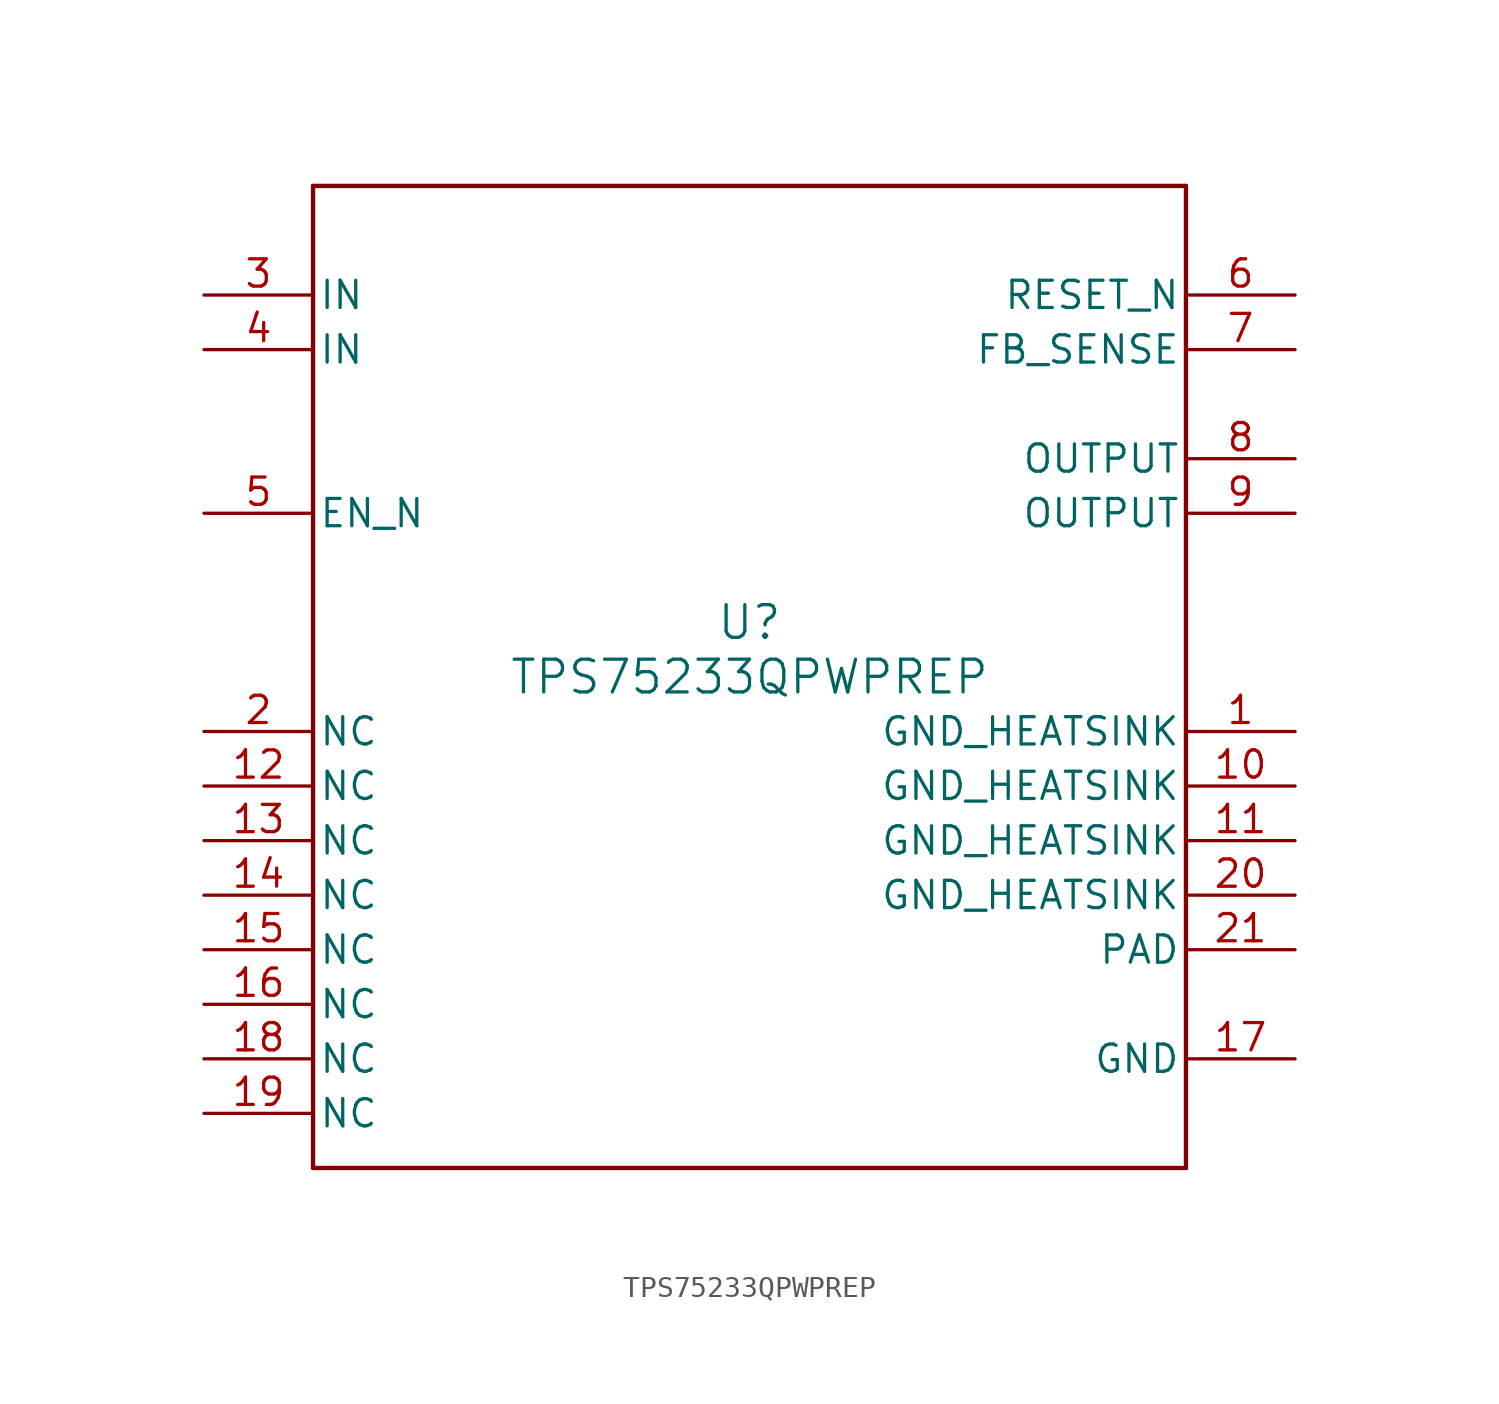
<source format=kicad_sym>
(kicad_symbol_lib
  (version 20211014)
  (generator kicad_symbol_editor)
  (symbol "TPS75233QPWPREP"
    (pin_names
      (offset 0.254))
    (property "Reference" "U"
      (at 0 2.54 0)
      (effects (font (size 1.524 1.524))))
    (property "Value" "TPS75233QPWPREP"
      (at 0 0 0)
      (effects (font (size 1.524 1.524))))
    (symbol "TPS75233QPWPREP_0_1"
      (polyline (pts (xy -20.32 -22.86) (xy 20.32 -22.86)) (stroke (width 0.203) (type default) (color 0 0 0 0)) (fill (type none)))
      (polyline (pts (xy 20.32 -22.86) (xy 20.32 22.86)) (stroke (width 0.203) (type default) (color 0 0 0 0)) (fill (type none)))
      (polyline (pts (xy 20.32 22.86) (xy -20.32 22.86)) (stroke (width 0.203) (type default) (color 0 0 0 0)) (fill (type none)))
      (polyline (pts (xy -20.32 22.86) (xy -20.32 -22.86)) (stroke (width 0.203) (type default) (color 0 0 0 0)) (fill (type none)))
      (pin power_in line (at 25.4 -2.54 180) (length 5.08) (name "GND_HEATSINK" (effects (font (size 1.27 1.27)))) (number "1" (effects (font (size 1.27 1.27)))))
      (pin unspecified line (at -25.4 -2.54 0) (length 5.08) (name "NC" (effects (font (size 1.27 1.27)))) (number "2" (effects (font (size 1.27 1.27)))))
      (pin power_in line (at -25.4 17.78 0) (length 5.08) (name "IN" (effects (font (size 1.27 1.27)))) (number "3" (effects (font (size 1.27 1.27)))))
      (pin power_in line (at -25.4 15.24 0) (length 5.08) (name "IN" (effects (font (size 1.27 1.27)))) (number "4" (effects (font (size 1.27 1.27)))))
      (pin input line (at -25.4 7.62 0) (length 5.08) (name "EN_N" (effects (font (size 1.27 1.27)))) (number "5" (effects (font (size 1.27 1.27)))))
      (pin tri_state line (at 25.4 17.78 180) (length 5.08) (name "RESET_N" (effects (font (size 1.27 1.27)))) (number "6" (effects (font (size 1.27 1.27)))))
      (pin input line (at 25.4 15.24 180) (length 5.08) (name "FB_SENSE" (effects (font (size 1.27 1.27)))) (number "7" (effects (font (size 1.27 1.27)))))
      (pin power_in line (at 25.4 10.16 180) (length 5.08) (name "OUTPUT" (effects (font (size 1.27 1.27)))) (number "8" (effects (font (size 1.27 1.27)))))
      (pin power_in line (at 25.4 7.62 180) (length 5.08) (name "OUTPUT" (effects (font (size 1.27 1.27)))) (number "9" (effects (font (size 1.27 1.27)))))
      (pin power_in line (at 25.4 -5.08 180) (length 5.08) (name "GND_HEATSINK" (effects (font (size 1.27 1.27)))) (number "10" (effects (font (size 1.27 1.27)))))
      (pin power_in line (at 25.4 -7.62 180) (length 5.08) (name "GND_HEATSINK" (effects (font (size 1.27 1.27)))) (number "11" (effects (font (size 1.27 1.27)))))
      (pin unspecified line (at -25.4 -5.08 0) (length 5.08) (name "NC" (effects (font (size 1.27 1.27)))) (number "12" (effects (font (size 1.27 1.27)))))
      (pin unspecified line (at -25.4 -7.62 0) (length 5.08) (name "NC" (effects (font (size 1.27 1.27)))) (number "13" (effects (font (size 1.27 1.27)))))
      (pin unspecified line (at -25.4 -10.16 0) (length 5.08) (name "NC" (effects (font (size 1.27 1.27)))) (number "14" (effects (font (size 1.27 1.27)))))
      (pin unspecified line (at -25.4 -12.7 0) (length 5.08) (name "NC" (effects (font (size 1.27 1.27)))) (number "15" (effects (font (size 1.27 1.27)))))
      (pin unspecified line (at -25.4 -15.24 0) (length 5.08) (name "NC" (effects (font (size 1.27 1.27)))) (number "16" (effects (font (size 1.27 1.27)))))
      (pin power_in line (at 25.4 -17.78 180) (length 5.08) (name "GND" (effects (font (size 1.27 1.27)))) (number "17" (effects (font (size 1.27 1.27)))))
      (pin unspecified line (at -25.4 -17.78 0) (length 5.08) (name "NC" (effects (font (size 1.27 1.27)))) (number "18" (effects (font (size 1.27 1.27)))))
      (pin unspecified line (at -25.4 -20.32 0) (length 5.08) (name "NC" (effects (font (size 1.27 1.27)))) (number "19" (effects (font (size 1.27 1.27)))))
      (pin power_in line (at 25.4 -10.16 180) (length 5.08) (name "GND_HEATSINK" (effects (font (size 1.27 1.27)))) (number "20" (effects (font (size 1.27 1.27)))))
      (pin unspecified line (at 25.4 -12.7 180) (length 5.08) (name "PAD" (effects (font (size 1.27 1.27)))) (number "21" (effects (font (size 1.27 1.27))))))))
</source>
